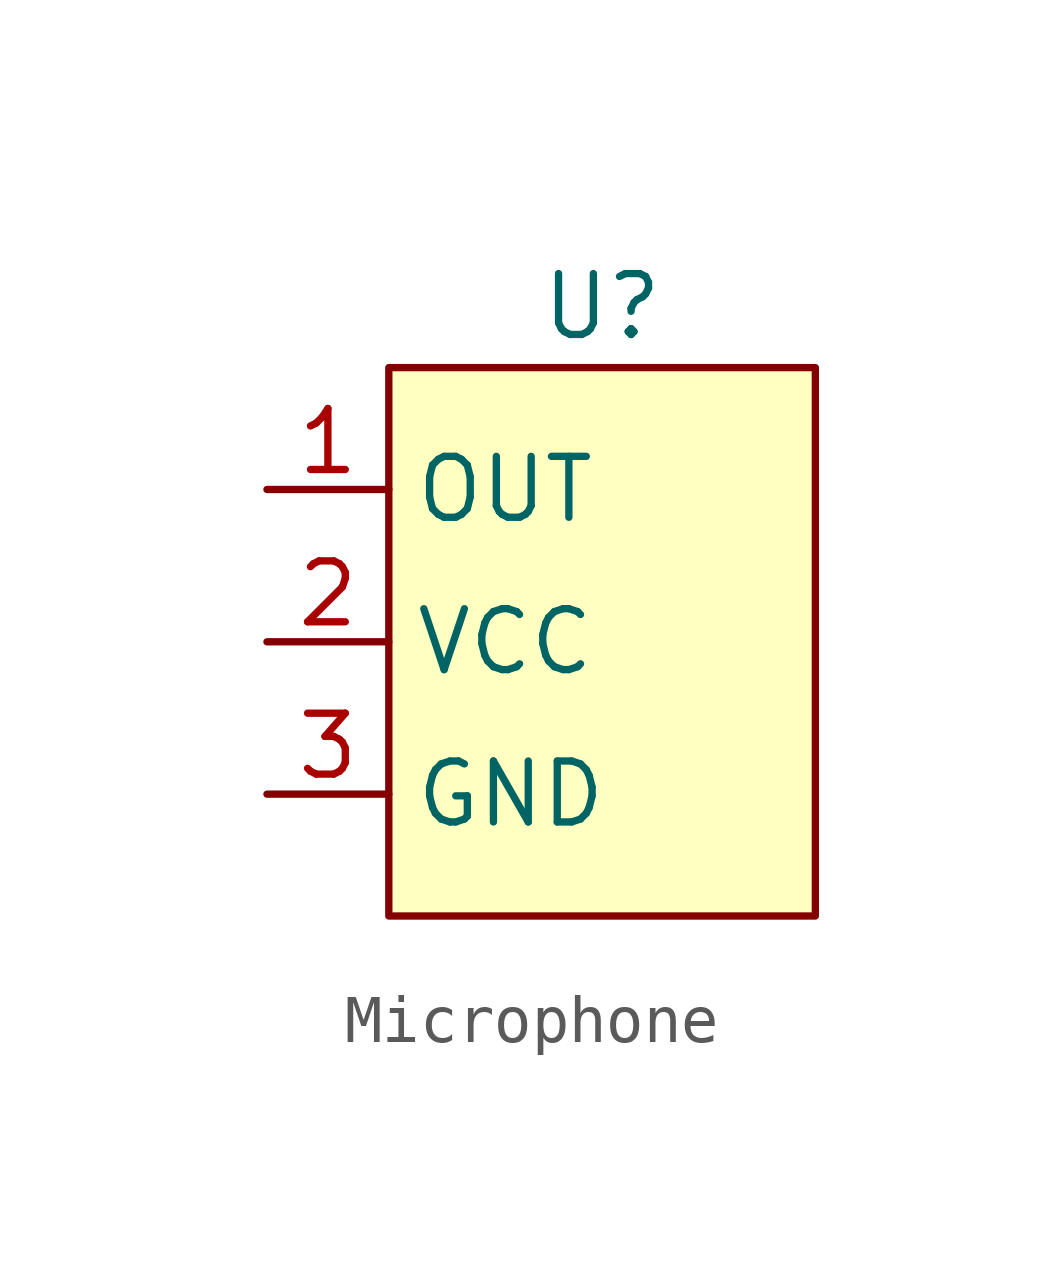
<source format=kicad_sym>
(kicad_symbol_lib
  (version 20220914)
  (generator kicad_symbol_editor)
  (symbol "Microphone"
    (property "Reference" "U"
      (at 0 6.985 0)
      (effects (font (size 1.27 1.27))))
    (property "Value" ""
      (at 0 0 0)
      (effects (font (size 1.27 1.27))))
    (symbol "Microphone_1_1"
      (rectangle (start -4.445 5.715) (end 4.445 -5.715) (stroke (width 0) (type default)) (fill (type background)))
      (pin output line (at -6.985 3.175 0) (length 2.54) (name "OUT" (effects (font (size 1.27 1.27)))) (number "1" (effects (font (size 1.27 1.27)))))
      (pin power_in line (at -6.985 0 0) (length 2.54) (name "VCC" (effects (font (size 1.27 1.27)))) (number "2" (effects (font (size 1.27 1.27)))))
      (pin power_out line (at -6.985 -3.175 0) (length 2.54) (name "GND" (effects (font (size 1.27 1.27)))) (number "3" (effects (font (size 1.27 1.27))))))))
</source>
